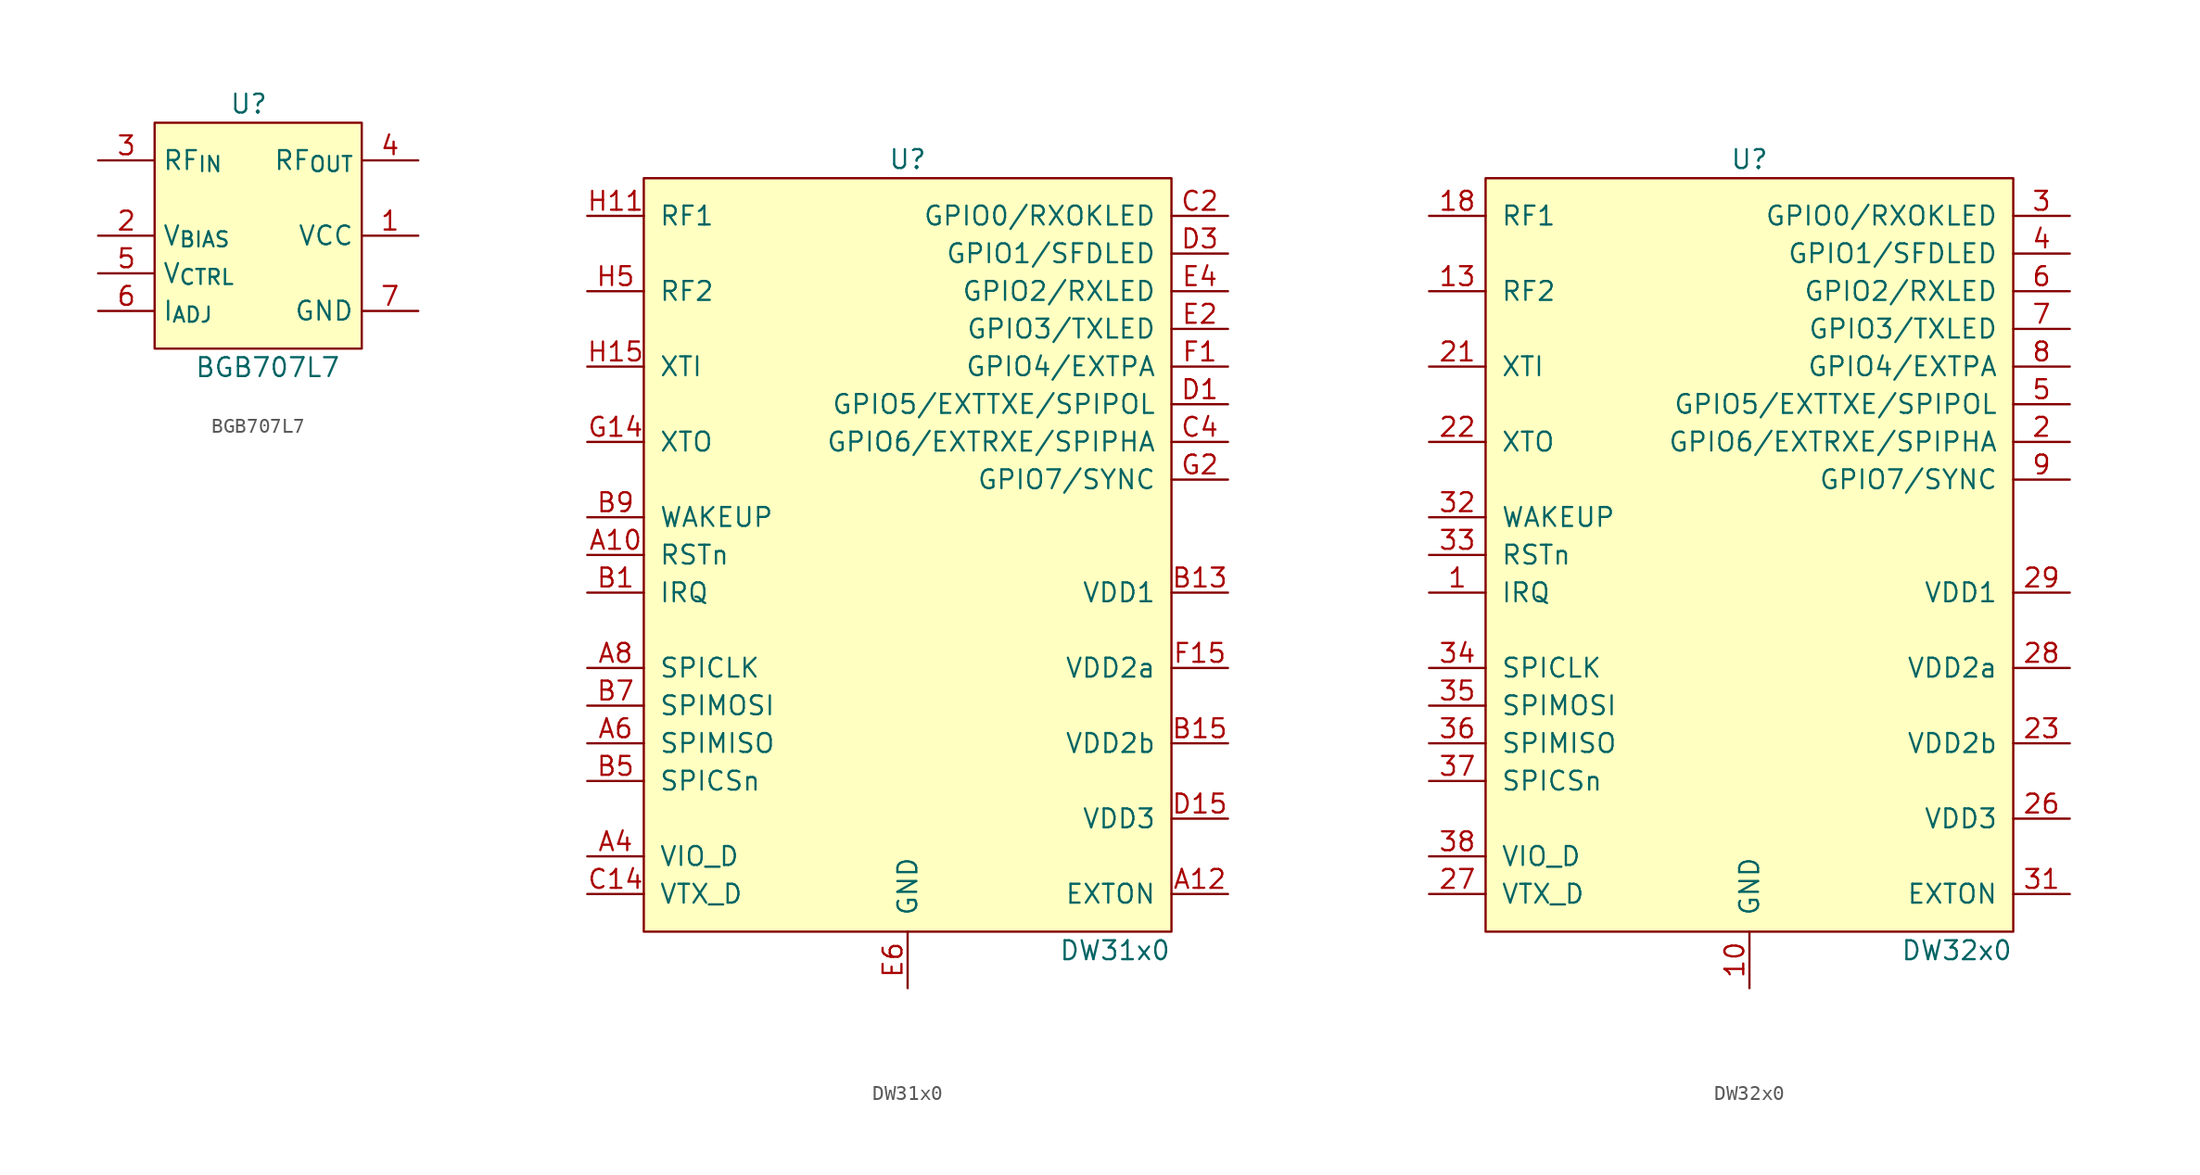
<source format=kicad_sym>
(kicad_symbol_lib
  (version 20220914)
  (generator kicad_symbol_editor)
  (symbol "BGB707L7"
    (property "Reference" "U"
      (at 6.35 1.27 0)
      (effects (font (size 1.27 1.27))))
    (property "Value" "BGB707L7"
      (at 7.62 -16.51 0)
      (effects (font (size 1.27 1.27))))
    (symbol "BGB707L7_0_1"
      (rectangle (start 0 0) (end 13.97 -15.24) (stroke (width 0) (type default)) (fill (type background))))
    (symbol "BGB707L7_1_1"
      (pin power_in line (at 17.78 -7.62 180) (length 3.81) (name "VCC" (effects (font (size 1.27 1.27)))) (number "1" (effects (font (size 1.27 1.27)))))
      (pin passive line (at -3.81 -7.62 0) (length 3.81) (name "V_{BIAS}" (effects (font (size 1.27 1.27)))) (number "2" (effects (font (size 1.27 1.27)))))
      (pin passive line (at -3.81 -2.54 0) (length 3.81) (name "RF_{IN}" (effects (font (size 1.27 1.27)))) (number "3" (effects (font (size 1.27 1.27)))))
      (pin passive line (at 17.78 -2.54 180) (length 3.81) (name "RF_{OUT}" (effects (font (size 1.27 1.27)))) (number "4" (effects (font (size 1.27 1.27)))))
      (pin passive line (at -3.81 -10.16 0) (length 3.81) (name "V_{CTRL}" (effects (font (size 1.27 1.27)))) (number "5" (effects (font (size 1.27 1.27)))))
      (pin passive line (at -3.81 -12.7 0) (length 3.81) (name "I_{ADJ}" (effects (font (size 1.27 1.27)))) (number "6" (effects (font (size 1.27 1.27)))))
      (pin power_in line (at 17.78 -12.7 180) (length 3.81) (name "GND" (effects (font (size 1.27 1.27)))) (number "7" (effects (font (size 1.27 1.27)))))))
  (symbol "DW31x0"
    (pin_names
      (offset 1.016))
    (property "Reference" "U"
      (at 17.78 1.27 0)
      (effects (font (size 1.27 1.27))))
    (property "Value" "DW31x0"
      (at 31.75 -52.07 0)
      (effects (font (size 1.27 1.27))))
    (symbol "DW31x0_0_1"
      (rectangle (start 0 0) (end 35.56 -50.8) (stroke (width 0) (type default)) (fill (type background))))
    (symbol "DW31x0_1_1"
      (pin passive line (at -3.81 -25.4 0) (length 3.81) (name "RSTn" (effects (font (size 1.27 1.27)))) (number "A10" (effects (font (size 1.27 1.27)))))
      (pin output line (at 39.37 -48.26 180) (length 3.81) (name "EXTON" (effects (font (size 1.27 1.27)))) (number "A12" (effects (font (size 1.27 1.27)))))
      (pin power_in line (at 17.78 -54.61 90) (length 3.81) hide (name "GND" (effects (font (size 1.27 1.27)))) (number "A14" (effects (font (size 1.27 1.27)))))
      (pin power_in line (at 17.78 -54.61 90) (length 3.81) hide (name "GND" (effects (font (size 1.27 1.27)))) (number "A2" (effects (font (size 1.27 1.27)))))
      (pin passive line (at -3.81 -45.72 0) (length 3.81) (name "VIO_D" (effects (font (size 1.27 1.27)))) (number "A4" (effects (font (size 1.27 1.27)))))
      (pin output line (at -3.81 -38.1 0) (length 3.81) (name "SPIMISO" (effects (font (size 1.27 1.27)))) (number "A6" (effects (font (size 1.27 1.27)))))
      (pin input line (at -3.81 -33.02 0) (length 3.81) (name "SPICLK" (effects (font (size 1.27 1.27)))) (number "A8" (effects (font (size 1.27 1.27)))))
      (pin output line (at -3.81 -27.94 0) (length 3.81) (name "IRQ" (effects (font (size 1.27 1.27)))) (number "B1" (effects (font (size 1.27 1.27)))))
      (pin power_in line (at 17.78 -54.61 90) (length 3.81) hide (name "GND" (effects (font (size 1.27 1.27)))) (number "B11" (effects (font (size 1.27 1.27)))))
      (pin power_in line (at 39.37 -27.94 180) (length 3.81) (name "VDD1" (effects (font (size 1.27 1.27)))) (number "B13" (effects (font (size 1.27 1.27)))))
      (pin power_in line (at 39.37 -38.1 180) (length 3.81) (name "VDD2b" (effects (font (size 1.27 1.27)))) (number "B15" (effects (font (size 1.27 1.27)))))
      (pin power_in line (at 17.78 -54.61 90) (length 3.81) hide (name "GND" (effects (font (size 1.27 1.27)))) (number "B3" (effects (font (size 1.27 1.27)))))
      (pin input line (at -3.81 -40.64 0) (length 3.81) (name "SPICSn" (effects (font (size 1.27 1.27)))) (number "B5" (effects (font (size 1.27 1.27)))))
      (pin input line (at -3.81 -35.56 0) (length 3.81) (name "SPIMOSI" (effects (font (size 1.27 1.27)))) (number "B7" (effects (font (size 1.27 1.27)))))
      (pin input line (at -3.81 -22.86 0) (length 3.81) (name "WAKEUP" (effects (font (size 1.27 1.27)))) (number "B9" (effects (font (size 1.27 1.27)))))
      (pin power_in line (at 17.78 -54.61 90) (length 3.81) hide (name "GND" (effects (font (size 1.27 1.27)))) (number "C10" (effects (font (size 1.27 1.27)))))
      (pin power_in line (at 17.78 -54.61 90) (length 3.81) hide (name "GND" (effects (font (size 1.27 1.27)))) (number "C12" (effects (font (size 1.27 1.27)))))
      (pin passive line (at -3.81 -48.26 0) (length 3.81) (name "VTX_D" (effects (font (size 1.27 1.27)))) (number "C14" (effects (font (size 1.27 1.27)))))
      (pin bidirectional line (at 39.37 -2.54 180) (length 3.81) (name "GPIO0/RXOKLED" (effects (font (size 1.27 1.27)))) (number "C2" (effects (font (size 1.27 1.27)))))
      (pin bidirectional line (at 39.37 -17.78 180) (length 3.81) (name "GPIO6/EXTRXE/SPIPHA" (effects (font (size 1.27 1.27)))) (number "C4" (effects (font (size 1.27 1.27)))))
      (pin power_in line (at 17.78 -54.61 90) (length 3.81) hide (name "GND" (effects (font (size 1.27 1.27)))) (number "C6" (effects (font (size 1.27 1.27)))))
      (pin power_in line (at 17.78 -54.61 90) (length 3.81) hide (name "GND" (effects (font (size 1.27 1.27)))) (number "C8" (effects (font (size 1.27 1.27)))))
      (pin bidirectional line (at 39.37 -15.24 180) (length 3.81) (name "GPIO5/EXTTXE/SPIPOL" (effects (font (size 1.27 1.27)))) (number "D1" (effects (font (size 1.27 1.27)))))
      (pin power_in line (at 17.78 -54.61 90) (length 3.81) hide (name "GND" (effects (font (size 1.27 1.27)))) (number "D11" (effects (font (size 1.27 1.27)))))
      (pin power_in line (at 17.78 -54.61 90) (length 3.81) hide (name "GND" (effects (font (size 1.27 1.27)))) (number "D13" (effects (font (size 1.27 1.27)))))
      (pin power_in line (at 39.37 -43.18 180) (length 3.81) (name "VDD3" (effects (font (size 1.27 1.27)))) (number "D15" (effects (font (size 1.27 1.27)))))
      (pin bidirectional line (at 39.37 -5.08 180) (length 3.81) (name "GPIO1/SFDLED" (effects (font (size 1.27 1.27)))) (number "D3" (effects (font (size 1.27 1.27)))))
      (pin power_in line (at 17.78 -54.61 90) (length 3.81) hide (name "GND" (effects (font (size 1.27 1.27)))) (number "D5" (effects (font (size 1.27 1.27)))))
      (pin power_in line (at 17.78 -54.61 90) (length 3.81) hide (name "GND" (effects (font (size 1.27 1.27)))) (number "D7" (effects (font (size 1.27 1.27)))))
      (pin power_in line (at 17.78 -54.61 90) (length 3.81) hide (name "GND" (effects (font (size 1.27 1.27)))) (number "D9" (effects (font (size 1.27 1.27)))))
      (pin power_in line (at 17.78 -54.61 90) (length 3.81) hide (name "GND" (effects (font (size 1.27 1.27)))) (number "E10" (effects (font (size 1.27 1.27)))))
      (pin power_in line (at 17.78 -54.61 90) (length 3.81) hide (name "GND" (effects (font (size 1.27 1.27)))) (number "E12" (effects (font (size 1.27 1.27)))))
      (pin power_in line (at 17.78 -54.61 90) (length 3.81) hide (name "GND" (effects (font (size 1.27 1.27)))) (number "E14" (effects (font (size 1.27 1.27)))))
      (pin bidirectional line (at 39.37 -10.16 180) (length 3.81) (name "GPIO3/TXLED" (effects (font (size 1.27 1.27)))) (number "E2" (effects (font (size 1.27 1.27)))))
      (pin bidirectional line (at 39.37 -7.62 180) (length 3.81) (name "GPIO2/RXLED" (effects (font (size 1.27 1.27)))) (number "E4" (effects (font (size 1.27 1.27)))))
      (pin power_in line (at 17.78 -54.61 90) (length 3.81) (name "GND" (effects (font (size 1.27 1.27)))) (number "E6" (effects (font (size 1.27 1.27)))))
      (pin bidirectional line (at 39.37 -12.7 180) (length 3.81) (name "GPIO4/EXTPA" (effects (font (size 1.27 1.27)))) (number "F1" (effects (font (size 1.27 1.27)))))
      (pin power_in line (at 39.37 -33.02 180) (length 3.81) (name "VDD2a" (effects (font (size 1.27 1.27)))) (number "F15" (effects (font (size 1.27 1.27)))))
      (pin power_in line (at 17.78 -54.61 90) (length 3.81) hide (name "GND" (effects (font (size 1.27 1.27)))) (number "F7" (effects (font (size 1.27 1.27)))))
      (pin power_in line (at 17.78 -54.61 90) (length 3.81) hide (name "GND" (effects (font (size 1.27 1.27)))) (number "F9" (effects (font (size 1.27 1.27)))))
      (pin power_in line (at 17.78 -54.61 90) (length 3.81) hide (name "GND" (effects (font (size 1.27 1.27)))) (number "G10" (effects (font (size 1.27 1.27)))))
      (pin passive line (at -3.81 -17.78 0) (length 3.81) (name "XTO" (effects (font (size 1.27 1.27)))) (number "G14" (effects (font (size 1.27 1.27)))))
      (pin bidirectional line (at 39.37 -20.32 180) (length 3.81) (name "GPIO7/SYNC" (effects (font (size 1.27 1.27)))) (number "G2" (effects (font (size 1.27 1.27)))))
      (pin power_in line (at 17.78 -54.61 90) (length 3.81) hide (name "GND" (effects (font (size 1.27 1.27)))) (number "G6" (effects (font (size 1.27 1.27)))))
      (pin power_in line (at 17.78 -54.61 90) (length 3.81) hide (name "GND" (effects (font (size 1.27 1.27)))) (number "H1" (effects (font (size 1.27 1.27)))))
      (pin passive line (at -3.81 -2.54 0) (length 3.81) (name "RF1" (effects (font (size 1.27 1.27)))) (number "H11" (effects (font (size 1.27 1.27)))))
      (pin power_in line (at 17.78 -54.61 90) (length 3.81) hide (name "GND" (effects (font (size 1.27 1.27)))) (number "H13" (effects (font (size 1.27 1.27)))))
      (pin passive line (at -3.81 -12.7 0) (length 3.81) (name "XTI" (effects (font (size 1.27 1.27)))) (number "H15" (effects (font (size 1.27 1.27)))))
      (pin power_in line (at 17.78 -54.61 90) (length 3.81) hide (name "GND" (effects (font (size 1.27 1.27)))) (number "H3" (effects (font (size 1.27 1.27)))))
      (pin passive line (at -3.81 -7.62 0) (length 3.81) (name "RF2" (effects (font (size 1.27 1.27)))) (number "H5" (effects (font (size 1.27 1.27)))))
      (pin power_in line (at 17.78 -54.61 90) (length 3.81) hide (name "GND" (effects (font (size 1.27 1.27)))) (number "H7" (effects (font (size 1.27 1.27)))))
      (pin power_in line (at 17.78 -54.61 90) (length 3.81) hide (name "GND" (effects (font (size 1.27 1.27)))) (number "H9" (effects (font (size 1.27 1.27)))))))
  (symbol "DW32x0"
    (pin_names
      (offset 1.016))
    (property "Reference" "U"
      (at 17.78 1.27 0)
      (effects (font (size 1.27 1.27))))
    (property "Value" "DW32x0"
      (at 31.75 -52.07 0)
      (effects (font (size 1.27 1.27))))
    (symbol "DW32x0_0_1"
      (rectangle (start 0 0) (end 35.56 -50.8) (stroke (width 0) (type default)) (fill (type background))))
    (symbol "DW32x0_1_1"
      (pin output line (at -3.81 -27.94 0) (length 3.81) (name "IRQ" (effects (font (size 1.27 1.27)))) (number "1" (effects (font (size 1.27 1.27)))))
      (pin power_in line (at 17.78 -54.61 90) (length 3.81) (name "GND" (effects (font (size 1.27 1.27)))) (number "10" (effects (font (size 1.27 1.27)))))
      (pin power_in line (at 17.78 -54.61 90) (length 3.81) hide (name "GND" (effects (font (size 1.27 1.27)))) (number "11" (effects (font (size 1.27 1.27)))))
      (pin power_in line (at 17.78 -54.61 90) (length 3.81) hide (name "GND" (effects (font (size 1.27 1.27)))) (number "12" (effects (font (size 1.27 1.27)))))
      (pin passive line (at -3.81 -7.62 0) (length 3.81) (name "RF2" (effects (font (size 1.27 1.27)))) (number "13" (effects (font (size 1.27 1.27)))))
      (pin power_in line (at 17.78 -54.61 90) (length 3.81) hide (name "GND" (effects (font (size 1.27 1.27)))) (number "14" (effects (font (size 1.27 1.27)))))
      (pin power_in line (at 17.78 -54.61 90) (length 3.81) hide (name "GND" (effects (font (size 1.27 1.27)))) (number "15" (effects (font (size 1.27 1.27)))))
      (pin power_in line (at 17.78 -54.61 90) (length 3.81) hide (name "GND" (effects (font (size 1.27 1.27)))) (number "16" (effects (font (size 1.27 1.27)))))
      (pin power_in line (at 17.78 -54.61 90) (length 3.81) hide (name "GND" (effects (font (size 1.27 1.27)))) (number "17" (effects (font (size 1.27 1.27)))))
      (pin passive line (at -3.81 -2.54 0) (length 3.81) (name "RF1" (effects (font (size 1.27 1.27)))) (number "18" (effects (font (size 1.27 1.27)))))
      (pin power_in line (at 17.78 -54.61 90) (length 3.81) hide (name "GND" (effects (font (size 1.27 1.27)))) (number "19" (effects (font (size 1.27 1.27)))))
      (pin bidirectional line (at 39.37 -17.78 180) (length 3.81) (name "GPIO6/EXTRXE/SPIPHA" (effects (font (size 1.27 1.27)))) (number "2" (effects (font (size 1.27 1.27)))))
      (pin power_in line (at 17.78 -54.61 90) (length 3.81) hide (name "GND" (effects (font (size 1.27 1.27)))) (number "20" (effects (font (size 1.27 1.27)))))
      (pin passive line (at -3.81 -12.7 0) (length 3.81) (name "XTI" (effects (font (size 1.27 1.27)))) (number "21" (effects (font (size 1.27 1.27)))))
      (pin passive line (at -3.81 -17.78 0) (length 3.81) (name "XTO" (effects (font (size 1.27 1.27)))) (number "22" (effects (font (size 1.27 1.27)))))
      (pin power_in line (at 39.37 -38.1 180) (length 3.81) (name "VDD2b" (effects (font (size 1.27 1.27)))) (number "23" (effects (font (size 1.27 1.27)))))
      (pin power_in line (at 17.78 -54.61 90) (length 3.81) hide (name "GND" (effects (font (size 1.27 1.27)))) (number "24" (effects (font (size 1.27 1.27)))))
      (pin power_in line (at 17.78 -54.61 90) (length 3.81) hide (name "GND" (effects (font (size 1.27 1.27)))) (number "25" (effects (font (size 1.27 1.27)))))
      (pin power_in line (at 39.37 -43.18 180) (length 3.81) (name "VDD3" (effects (font (size 1.27 1.27)))) (number "26" (effects (font (size 1.27 1.27)))))
      (pin passive line (at -3.81 -48.26 0) (length 3.81) (name "VTX_D" (effects (font (size 1.27 1.27)))) (number "27" (effects (font (size 1.27 1.27)))))
      (pin power_in line (at 39.37 -33.02 180) (length 3.81) (name "VDD2a" (effects (font (size 1.27 1.27)))) (number "28" (effects (font (size 1.27 1.27)))))
      (pin power_in line (at 39.37 -27.94 180) (length 3.81) (name "VDD1" (effects (font (size 1.27 1.27)))) (number "29" (effects (font (size 1.27 1.27)))))
      (pin bidirectional line (at 39.37 -2.54 180) (length 3.81) (name "GPIO0/RXOKLED" (effects (font (size 1.27 1.27)))) (number "3" (effects (font (size 1.27 1.27)))))
      (pin power_in line (at 17.78 -54.61 90) (length 3.81) hide (name "GND" (effects (font (size 1.27 1.27)))) (number "30" (effects (font (size 1.27 1.27)))))
      (pin output line (at 39.37 -48.26 180) (length 3.81) (name "EXTON" (effects (font (size 1.27 1.27)))) (number "31" (effects (font (size 1.27 1.27)))))
      (pin input line (at -3.81 -22.86 0) (length 3.81) (name "WAKEUP" (effects (font (size 1.27 1.27)))) (number "32" (effects (font (size 1.27 1.27)))))
      (pin passive line (at -3.81 -25.4 0) (length 3.81) (name "RSTn" (effects (font (size 1.27 1.27)))) (number "33" (effects (font (size 1.27 1.27)))))
      (pin input line (at -3.81 -33.02 0) (length 3.81) (name "SPICLK" (effects (font (size 1.27 1.27)))) (number "34" (effects (font (size 1.27 1.27)))))
      (pin input line (at -3.81 -35.56 0) (length 3.81) (name "SPIMOSI" (effects (font (size 1.27 1.27)))) (number "35" (effects (font (size 1.27 1.27)))))
      (pin output line (at -3.81 -38.1 0) (length 3.81) (name "SPIMISO" (effects (font (size 1.27 1.27)))) (number "36" (effects (font (size 1.27 1.27)))))
      (pin input line (at -3.81 -40.64 0) (length 3.81) (name "SPICSn" (effects (font (size 1.27 1.27)))) (number "37" (effects (font (size 1.27 1.27)))))
      (pin passive line (at -3.81 -45.72 0) (length 3.81) (name "VIO_D" (effects (font (size 1.27 1.27)))) (number "38" (effects (font (size 1.27 1.27)))))
      (pin power_in line (at 17.78 -54.61 90) (length 3.81) hide (name "GND" (effects (font (size 1.27 1.27)))) (number "39" (effects (font (size 1.27 1.27)))))
      (pin bidirectional line (at 39.37 -5.08 180) (length 3.81) (name "GPIO1/SFDLED" (effects (font (size 1.27 1.27)))) (number "4" (effects (font (size 1.27 1.27)))))
      (pin power_in line (at 17.78 -54.61 90) (length 3.81) hide (name "GND" (effects (font (size 1.27 1.27)))) (number "40" (effects (font (size 1.27 1.27)))))
      (pin bidirectional line (at 39.37 -15.24 180) (length 3.81) (name "GPIO5/EXTTXE/SPIPOL" (effects (font (size 1.27 1.27)))) (number "5" (effects (font (size 1.27 1.27)))))
      (pin bidirectional line (at 39.37 -7.62 180) (length 3.81) (name "GPIO2/RXLED" (effects (font (size 1.27 1.27)))) (number "6" (effects (font (size 1.27 1.27)))))
      (pin bidirectional line (at 39.37 -10.16 180) (length 3.81) (name "GPIO3/TXLED" (effects (font (size 1.27 1.27)))) (number "7" (effects (font (size 1.27 1.27)))))
      (pin bidirectional line (at 39.37 -12.7 180) (length 3.81) (name "GPIO4/EXTPA" (effects (font (size 1.27 1.27)))) (number "8" (effects (font (size 1.27 1.27)))))
      (pin bidirectional line (at 39.37 -20.32 180) (length 3.81) (name "GPIO7/SYNC" (effects (font (size 1.27 1.27)))) (number "9" (effects (font (size 1.27 1.27))))))))
</source>
